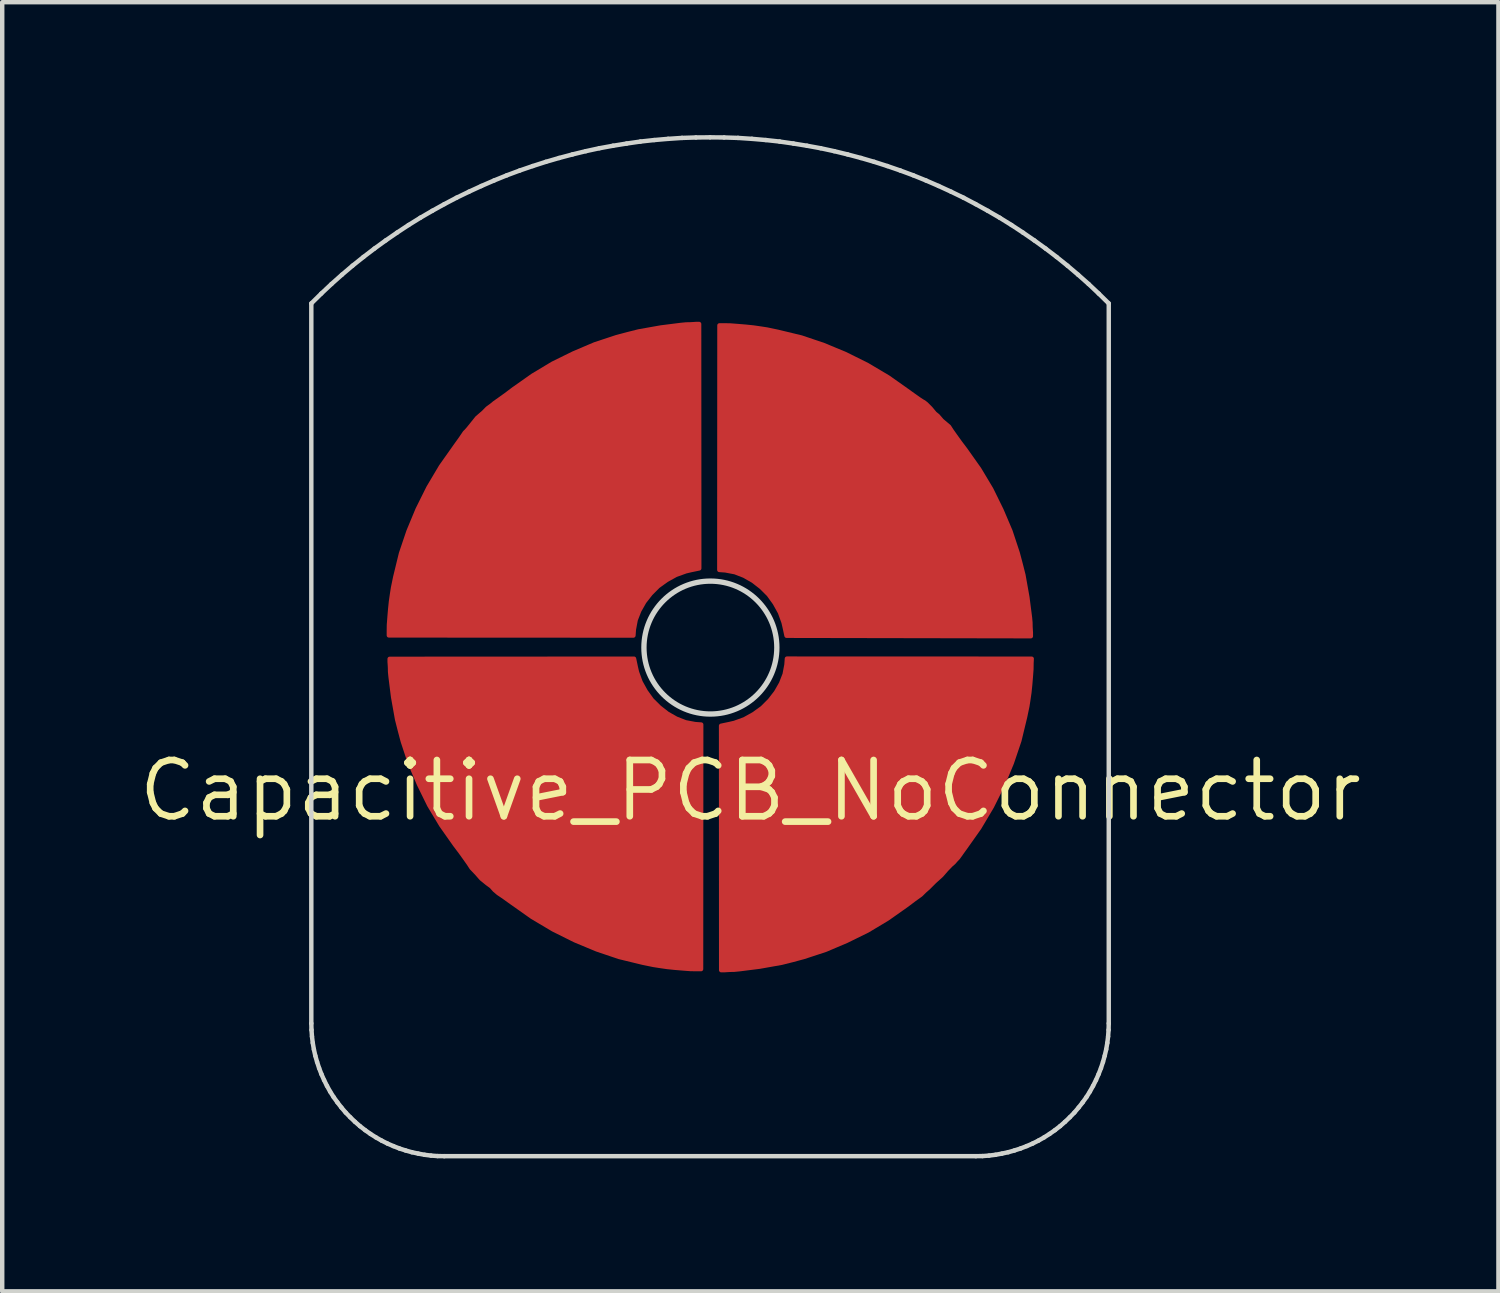
<source format=kicad_pcb>
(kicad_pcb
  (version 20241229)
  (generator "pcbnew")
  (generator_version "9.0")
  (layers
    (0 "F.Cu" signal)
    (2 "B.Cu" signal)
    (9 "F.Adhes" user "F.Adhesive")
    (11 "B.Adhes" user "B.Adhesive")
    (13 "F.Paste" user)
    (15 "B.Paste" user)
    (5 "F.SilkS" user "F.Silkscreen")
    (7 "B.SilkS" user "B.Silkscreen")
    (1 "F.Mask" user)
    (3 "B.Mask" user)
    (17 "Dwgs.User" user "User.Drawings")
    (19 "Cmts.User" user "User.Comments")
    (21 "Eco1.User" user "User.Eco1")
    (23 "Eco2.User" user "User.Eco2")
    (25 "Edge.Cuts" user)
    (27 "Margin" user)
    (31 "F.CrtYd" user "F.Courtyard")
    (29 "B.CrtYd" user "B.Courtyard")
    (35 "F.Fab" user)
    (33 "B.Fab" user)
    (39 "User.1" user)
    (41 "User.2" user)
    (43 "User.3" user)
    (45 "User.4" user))
  (footprint "Capacitive_PCB_NoConnector"
    (layer "F.Cu")
    (at 13.887 14.795)
    (property "Reference" "Capacitive_PCB_NoConnector" (at 0 0 0) (layer "F.SilkS") (effects (font (size 1.27 1.27) (thickness 0.15))))
    (attr through_hole)
    (fp_poly (pts (xy -2.626 -2.976) (xy -2.586 -2.785) (xy -2.56 -2.674) (xy -2.479 -2.45) (xy -2.362 -2.239) (xy -2.223 -2.046) (xy -2.055 -1.879) (xy -1.872 -1.736) (xy -1.671 -1.622) (xy -1.463 -1.541) (xy -1.247 -1.5) (xy -1.11 -1.49) (xy -1.113 4.029) (xy -1.214 4.029) (xy -1.351 4.027) (xy -1.521 4.014) (xy -1.702 3.999) (xy -1.877 3.981) (xy -2.05 3.956) (xy -2.184 3.935) (xy -2.428 3.885) (xy -2.962 3.755) (xy -3.465 3.585) (xy -3.96 3.379) (xy -4.45 3.135) (xy -4.925 2.853) (xy -5.385 2.528) (xy -5.441 2.488) (xy -5.537 2.419) (xy -5.621 2.361) (xy -5.69 2.315) (xy -5.773 2.244) (xy -5.845 2.163) (xy -5.939 2.094) (xy -6.073 1.985) (xy -6.175 1.868) (xy -6.236 1.804) (xy -6.294 1.743) (xy -6.355 1.649) (xy -6.439 1.53) (xy -6.543 1.385) (xy -6.675 1.21) (xy -6.678 1.205) (xy -6.977 0.781) (xy -7.247 0.331) (xy -7.478 -0.139) (xy -7.681 -0.616) (xy -7.844 -1.109) (xy -7.91 -1.358) (xy -7.973 -1.607) (xy -8.062 -2.107) (xy -8.12 -2.567) (xy -8.131 -2.679) (xy -8.133 -2.778) (xy -8.138 -2.862) (xy -8.141 -2.902) (xy -8.141 -2.973)) (stroke (width 0.1) (type solid)) (fill yes) (layer "F.Cu"))
    (fp_poly (pts (xy -1.154 -5.016) (xy -1.345 -4.976) (xy -1.456 -4.95) (xy -1.68 -4.869) (xy -1.891 -4.752) (xy -2.084 -4.613) (xy -2.251 -4.445) (xy -2.394 -4.262) (xy -2.508 -4.061) (xy -2.589 -3.853) (xy -2.63 -3.637) (xy -2.64 -3.5) (xy -8.159 -3.503) (xy -8.159 -3.604) (xy -8.157 -3.741) (xy -8.144 -3.911) (xy -8.129 -4.092) (xy -8.111 -4.267) (xy -8.086 -4.44) (xy -8.065 -4.574) (xy -8.015 -4.818) (xy -7.885 -5.352) (xy -7.715 -5.855) (xy -7.509 -6.35) (xy -7.265 -6.84) (xy -6.983 -7.315) (xy -6.658 -7.775) (xy -6.618 -7.831) (xy -6.549 -7.927) (xy -6.491 -8.011) (xy -6.445 -8.08) (xy -6.409 -8.115) (xy -6.364 -8.166) (xy -6.272 -8.28) (xy -6.168 -8.41) (xy -6.021 -8.537) (xy -5.934 -8.626) (xy -5.843 -8.692) (xy -5.779 -8.745) (xy -5.66 -8.829) (xy -5.515 -8.933) (xy -5.34 -9.065) (xy -5.335 -9.068) (xy -4.911 -9.367) (xy -4.461 -9.637) (xy -3.991 -9.868) (xy -3.514 -10.071) (xy -3.021 -10.234) (xy -2.772 -10.3) (xy -2.523 -10.363) (xy -2.023 -10.452) (xy -1.563 -10.51) (xy -1.451 -10.521) (xy -1.352 -10.523) (xy -1.268 -10.528) (xy -1.228 -10.531) (xy -1.157 -10.531)) (stroke (width 0.1) (type solid)) (fill yes) (layer "F.Cu"))
    (fp_poly (pts (xy -0.66 -1.462) (xy -0.47 -1.502) (xy -0.358 -1.528) (xy -0.134 -1.609) (xy 0.076 -1.726) (xy 0.27 -1.866) (xy 0.437 -2.033) (xy 0.579 -2.216) (xy 0.694 -2.417) (xy 0.775 -2.625) (xy 0.816 -2.841) (xy 0.826 -2.978) (xy 6.35 -2.976) (xy 6.345 -2.874) (xy 6.343 -2.737) (xy 6.33 -2.567) (xy 6.315 -2.386) (xy 6.297 -2.211) (xy 6.272 -2.038) (xy 6.251 -1.904) (xy 6.2 -1.66) (xy 6.071 -1.126) (xy 5.901 -0.623) (xy 5.695 -0.128) (xy 5.451 0.362) (xy 5.169 0.837) (xy 4.844 1.297) (xy 4.803 1.353) (xy 4.735 1.449) (xy 4.689 1.513) (xy 4.636 1.569) (xy 4.59 1.622) (xy 4.529 1.675) (xy 4.428 1.779) (xy 4.313 1.911) (xy 4.158 2.051) (xy 4.082 2.127) (xy 4.016 2.193) (xy 3.94 2.259) (xy 3.846 2.351) (xy 3.701 2.455) (xy 3.526 2.587) (xy 3.521 2.59) (xy 3.097 2.889) (xy 2.647 3.159) (xy 2.177 3.39) (xy 1.7 3.593) (xy 1.207 3.755) (xy 0.958 3.822) (xy 0.709 3.885) (xy 0.209 3.974) (xy -0.251 4.032) (xy -0.363 4.043) (xy -0.462 4.045) (xy -0.546 4.05) (xy -0.586 4.053) (xy -0.658 4.053)) (stroke (width 0.1) (type solid)) (fill yes) (layer "F.Cu"))
    (fp_poly (pts (xy 0.817 -3.495) (xy 0.776 -3.685) (xy 0.75 -3.797) (xy 0.669 -4.021) (xy 0.552 -4.232) (xy 0.413 -4.425) (xy 0.245 -4.592) (xy 0.062 -4.734) (xy -0.139 -4.849) (xy -0.347 -4.93) (xy -0.563 -4.971) (xy -0.7 -4.981) (xy -0.697 -10.5) (xy -0.596 -10.5) (xy -0.459 -10.498) (xy -0.288 -10.485) (xy -0.108 -10.47) (xy 0.067 -10.452) (xy 0.24 -10.427) (xy 0.375 -10.406) (xy 0.618 -10.355) (xy 1.152 -10.226) (xy 1.655 -10.056) (xy 2.15 -9.85) (xy 2.64 -9.606) (xy 3.115 -9.324) (xy 3.575 -8.999) (xy 3.631 -8.958) (xy 3.727 -8.89) (xy 3.811 -8.831) (xy 3.88 -8.786) (xy 3.918 -8.765) (xy 3.969 -8.725) (xy 4.068 -8.626) (xy 4.164 -8.511) (xy 4.23 -8.458) (xy 4.322 -8.351) (xy 4.484 -8.214) (xy 4.545 -8.12) (xy 4.629 -8.001) (xy 4.733 -7.856) (xy 4.865 -7.681) (xy 4.868 -7.676) (xy 5.168 -7.252) (xy 5.437 -6.802) (xy 5.668 -6.332) (xy 5.871 -5.855) (xy 6.034 -5.362) (xy 6.1 -5.113) (xy 6.163 -4.864) (xy 6.252 -4.364) (xy 6.311 -3.904) (xy 6.321 -3.792) (xy 6.323 -3.693) (xy 6.328 -3.609) (xy 6.331 -3.569) (xy 6.331 -3.485)) (stroke (width 0.1) (type solid)) (fill yes) (layer "F.Cu"))
    (fp_line (start -9.91 -10.996) (end -9.91 5.255) (stroke (width 0.1) (type solid)) (layer "Edge.Cuts"))
    (fp_line (start -9.91 5.255) (end -9.906 5.403) (stroke (width 0.1) (type solid)) (layer "Edge.Cuts"))
    (fp_line (start -9.906 5.403) (end -9.895 5.551) (stroke (width 0.1) (type solid)) (layer "Edge.Cuts"))
    (fp_line (start -9.895 5.551) (end -9.877 5.697) (stroke (width 0.1) (type solid)) (layer "Edge.Cuts"))
    (fp_line (start -9.877 5.697) (end -9.852 5.842) (stroke (width 0.1) (type solid)) (layer "Edge.Cuts"))
    (fp_line (start -9.852 5.842) (end -9.82 5.985) (stroke (width 0.1) (type solid)) (layer "Edge.Cuts"))
    (fp_line (start -9.82 5.985) (end -9.78 6.125) (stroke (width 0.1) (type solid)) (layer "Edge.Cuts"))
    (fp_line (start -9.78 6.125) (end -9.734 6.265) (stroke (width 0.1) (type solid)) (layer "Edge.Cuts"))
    (fp_line (start -9.734 6.265) (end -9.682 6.4) (stroke (width 0.1) (type solid)) (layer "Edge.Cuts"))
    (fp_line (start -9.685 -11.218) (end -9.91 -10.996) (stroke (width 0.1) (type solid)) (layer "Edge.Cuts"))
    (fp_line (start -9.682 6.4) (end -9.622 6.535) (stroke (width 0.1) (type solid)) (layer "Edge.Cuts"))
    (fp_line (start -9.622 6.535) (end -9.557 6.665) (stroke (width 0.1) (type solid)) (layer "Edge.Cuts"))
    (fp_line (start -9.557 6.665) (end -9.485 6.795) (stroke (width 0.1) (type solid)) (layer "Edge.Cuts"))
    (fp_line (start -9.485 6.795) (end -9.406 6.919) (stroke (width 0.1) (type solid)) (layer "Edge.Cuts"))
    (fp_line (start -9.454 -11.435) (end -9.685 -11.218) (stroke (width 0.1) (type solid)) (layer "Edge.Cuts"))
    (fp_line (start -9.406 6.919) (end -9.321 7.038) (stroke (width 0.1) (type solid)) (layer "Edge.Cuts"))
    (fp_line (start -9.321 7.038) (end -9.231 7.154) (stroke (width 0.1) (type solid)) (layer "Edge.Cuts"))
    (fp_line (start -9.231 7.154) (end -9.134 7.268) (stroke (width 0.1) (type solid)) (layer "Edge.Cuts"))
    (fp_line (start -9.219 -11.644) (end -9.454 -11.435) (stroke (width 0.1) (type solid)) (layer "Edge.Cuts"))
    (fp_line (start -9.134 7.268) (end -9.031 7.374) (stroke (width 0.1) (type solid)) (layer "Edge.Cuts"))
    (fp_line (start -9.031 7.374) (end -8.924 7.477) (stroke (width 0.1) (type solid)) (layer "Edge.Cuts"))
    (fp_line (start -8.979 -11.848) (end -9.219 -11.644) (stroke (width 0.1) (type solid)) (layer "Edge.Cuts"))
    (fp_line (start -8.924 7.477) (end -8.811 7.575) (stroke (width 0.1) (type solid)) (layer "Edge.Cuts"))
    (fp_line (start -8.811 7.575) (end -8.695 7.665) (stroke (width 0.1) (type solid)) (layer "Edge.Cuts"))
    (fp_line (start -8.734 -12.044) (end -8.979 -11.848) (stroke (width 0.1) (type solid)) (layer "Edge.Cuts"))
    (fp_line (start -8.695 7.665) (end -8.575 7.75) (stroke (width 0.1) (type solid)) (layer "Edge.Cuts"))
    (fp_line (start -8.575 7.75) (end -8.45 7.829) (stroke (width 0.1) (type solid)) (layer "Edge.Cuts"))
    (fp_line (start -8.485 -12.234) (end -8.734 -12.044) (stroke (width 0.1) (type solid)) (layer "Edge.Cuts"))
    (fp_line (start -8.45 7.829) (end -8.323 7.901) (stroke (width 0.1) (type solid)) (layer "Edge.Cuts"))
    (fp_line (start -8.323 7.901) (end -8.192 7.967) (stroke (width 0.1) (type solid)) (layer "Edge.Cuts"))
    (fp_line (start -8.232 -12.417) (end -8.485 -12.234) (stroke (width 0.1) (type solid)) (layer "Edge.Cuts"))
    (fp_line (start -8.192 7.967) (end -8.058 8.025) (stroke (width 0.1) (type solid)) (layer "Edge.Cuts"))
    (fp_line (start -8.058 8.025) (end -7.922 8.078) (stroke (width 0.1) (type solid)) (layer "Edge.Cuts"))
    (fp_line (start -7.975 -12.594) (end -8.232 -12.417) (stroke (width 0.1) (type solid)) (layer "Edge.Cuts"))
    (fp_line (start -7.922 8.078) (end -7.783 8.123) (stroke (width 0.1) (type solid)) (layer "Edge.Cuts"))
    (fp_line (start -7.783 8.123) (end -7.641 8.163) (stroke (width 0.1) (type solid)) (layer "Edge.Cuts"))
    (fp_line (start -7.714 -12.766) (end -7.975 -12.594) (stroke (width 0.1) (type solid)) (layer "Edge.Cuts"))
    (fp_line (start -7.641 8.163) (end -7.498 8.194) (stroke (width 0.1) (type solid)) (layer "Edge.Cuts"))
    (fp_line (start -7.498 8.194) (end -7.353 8.221) (stroke (width 0.1) (type solid)) (layer "Edge.Cuts"))
    (fp_line (start -7.449 -12.93) (end -7.714 -12.766) (stroke (width 0.1) (type solid)) (layer "Edge.Cuts"))
    (fp_line (start -7.353 8.221) (end -7.207 8.239) (stroke (width 0.1) (type solid)) (layer "Edge.Cuts"))
    (fp_line (start -7.207 8.239) (end -7.059 8.25) (stroke (width 0.1) (type solid)) (layer "Edge.Cuts"))
    (fp_line (start -7.18 -13.086) (end -7.449 -12.93) (stroke (width 0.1) (type solid)) (layer "Edge.Cuts"))
    (fp_line (start -7.059 8.25) (end -6.91 8.252) (stroke (width 0.1) (type solid)) (layer "Edge.Cuts"))
    (fp_line (start -6.91 8.252) (end 5.09 8.252) (stroke (width 0.1) (type solid)) (layer "Edge.Cuts"))
    (fp_line (start -6.908 -13.237) (end -7.18 -13.086) (stroke (width 0.1) (type solid)) (layer "Edge.Cuts"))
    (fp_line (start -6.632 -13.382) (end -6.908 -13.237) (stroke (width 0.1) (type solid)) (layer "Edge.Cuts"))
    (fp_line (start -6.353 -13.517) (end -6.632 -13.382) (stroke (width 0.1) (type solid)) (layer "Edge.Cuts"))
    (fp_line (start -6.071 -13.647) (end -6.353 -13.517) (stroke (width 0.1) (type solid)) (layer "Edge.Cuts"))
    (fp_line (start -5.785 -13.771) (end -6.071 -13.647) (stroke (width 0.1) (type solid)) (layer "Edge.Cuts"))
    (fp_line (start -5.497 -13.888) (end -5.785 -13.771) (stroke (width 0.1) (type solid)) (layer "Edge.Cuts"))
    (fp_line (start -5.206 -13.996) (end -5.497 -13.888) (stroke (width 0.1) (type solid)) (layer "Edge.Cuts"))
    (fp_line (start -4.912 -14.097) (end -5.206 -13.996) (stroke (width 0.1) (type solid)) (layer "Edge.Cuts"))
    (fp_line (start -4.616 -14.192) (end -4.912 -14.097) (stroke (width 0.1) (type solid)) (layer "Edge.Cuts"))
    (fp_line (start -4.317 -14.279) (end -4.616 -14.192) (stroke (width 0.1) (type solid)) (layer "Edge.Cuts"))
    (fp_line (start -4.016 -14.359) (end -4.317 -14.279) (stroke (width 0.1) (type solid)) (layer "Edge.Cuts"))
    (fp_line (start -3.713 -14.433) (end -4.016 -14.359) (stroke (width 0.1) (type solid)) (layer "Edge.Cuts"))
    (fp_line (start -3.408 -14.499) (end -3.713 -14.433) (stroke (width 0.1) (type solid)) (layer "Edge.Cuts"))
    (fp_line (start -3.101 -14.555) (end -3.408 -14.499) (stroke (width 0.1) (type solid)) (layer "Edge.Cuts"))
    (fp_line (start -2.792 -14.605) (end -3.101 -14.555) (stroke (width 0.1) (type solid)) (layer "Edge.Cuts"))
    (fp_line (start -2.482 -14.65) (end -2.792 -14.605) (stroke (width 0.1) (type solid)) (layer "Edge.Cuts"))
    (fp_line (start -2.17 -14.684) (end -2.482 -14.65) (stroke (width 0.1) (type solid)) (layer "Edge.Cuts"))
    (fp_line (start -1.856 -14.711) (end -2.17 -14.684) (stroke (width 0.1) (type solid)) (layer "Edge.Cuts"))
    (fp_line (start -1.542 -14.732) (end -1.856 -14.711) (stroke (width 0.1) (type solid)) (layer "Edge.Cuts"))
    (fp_line (start -1.227 -14.742) (end -1.542 -14.732) (stroke (width 0.1) (type solid)) (layer "Edge.Cuts"))
    (fp_line (start -0.91 -14.745) (end -1.227 -14.742) (stroke (width 0.1) (type solid)) (layer "Edge.Cuts"))
    (fp_line (start -0.594 -14.742) (end -0.91 -14.745) (stroke (width 0.1) (type solid)) (layer "Edge.Cuts"))
    (fp_line (start -0.278 -14.732) (end -0.594 -14.742) (stroke (width 0.1) (type solid)) (layer "Edge.Cuts"))
    (fp_line (start 0.036 -14.711) (end -0.278 -14.732) (stroke (width 0.1) (type solid)) (layer "Edge.Cuts"))
    (fp_line (start 0.349 -14.684) (end 0.036 -14.711) (stroke (width 0.1) (type solid)) (layer "Edge.Cuts"))
    (fp_line (start 0.661 -14.65) (end 0.349 -14.684) (stroke (width 0.1) (type solid)) (layer "Edge.Cuts"))
    (fp_line (start 0.972 -14.605) (end 0.661 -14.65) (stroke (width 0.1) (type solid)) (layer "Edge.Cuts"))
    (fp_line (start 1.28 -14.555) (end 0.972 -14.605) (stroke (width 0.1) (type solid)) (layer "Edge.Cuts"))
    (fp_line (start 1.587 -14.499) (end 1.28 -14.555) (stroke (width 0.1) (type solid)) (layer "Edge.Cuts"))
    (fp_line (start 1.892 -14.433) (end 1.587 -14.499) (stroke (width 0.1) (type solid)) (layer "Edge.Cuts"))
    (fp_line (start 2.196 -14.359) (end 1.892 -14.433) (stroke (width 0.1) (type solid)) (layer "Edge.Cuts"))
    (fp_line (start 2.497 -14.279) (end 2.196 -14.359) (stroke (width 0.1) (type solid)) (layer "Edge.Cuts"))
    (fp_line (start 2.795 -14.192) (end 2.497 -14.279) (stroke (width 0.1) (type solid)) (layer "Edge.Cuts"))
    (fp_line (start 3.092 -14.097) (end 2.795 -14.192) (stroke (width 0.1) (type solid)) (layer "Edge.Cuts"))
    (fp_line (start 3.385 -13.996) (end 3.092 -14.097) (stroke (width 0.1) (type solid)) (layer "Edge.Cuts"))
    (fp_line (start 3.677 -13.888) (end 3.385 -13.996) (stroke (width 0.1) (type solid)) (layer "Edge.Cuts"))
    (fp_line (start 3.965 -13.771) (end 3.677 -13.888) (stroke (width 0.1) (type solid)) (layer "Edge.Cuts"))
    (fp_line (start 4.25 -13.647) (end 3.965 -13.771) (stroke (width 0.1) (type solid)) (layer "Edge.Cuts"))
    (fp_line (start 4.533 -13.517) (end 4.25 -13.647) (stroke (width 0.1) (type solid)) (layer "Edge.Cuts"))
    (fp_line (start 4.812 -13.382) (end 4.533 -13.517) (stroke (width 0.1) (type solid)) (layer "Edge.Cuts"))
    (fp_line (start 5.087 -13.237) (end 4.812 -13.382) (stroke (width 0.1) (type solid)) (layer "Edge.Cuts"))
    (fp_line (start 5.09 8.252) (end 5.239 8.25) (stroke (width 0.1) (type solid)) (layer "Edge.Cuts"))
    (fp_line (start 5.239 8.25) (end 5.386 8.239) (stroke (width 0.1) (type solid)) (layer "Edge.Cuts"))
    (fp_line (start 5.36 -13.086) (end 5.087 -13.237) (stroke (width 0.1) (type solid)) (layer "Edge.Cuts"))
    (fp_line (start 5.386 8.239) (end 5.533 8.221) (stroke (width 0.1) (type solid)) (layer "Edge.Cuts"))
    (fp_line (start 5.533 8.221) (end 5.678 8.194) (stroke (width 0.1) (type solid)) (layer "Edge.Cuts"))
    (fp_line (start 5.629 -12.93) (end 5.36 -13.086) (stroke (width 0.1) (type solid)) (layer "Edge.Cuts"))
    (fp_line (start 5.678 8.194) (end 5.821 8.163) (stroke (width 0.1) (type solid)) (layer "Edge.Cuts"))
    (fp_line (start 5.821 8.163) (end 5.962 8.123) (stroke (width 0.1) (type solid)) (layer "Edge.Cuts"))
    (fp_line (start 5.894 -12.766) (end 5.629 -12.93) (stroke (width 0.1) (type solid)) (layer "Edge.Cuts"))
    (fp_line (start 5.962 8.123) (end 6.101 8.078) (stroke (width 0.1) (type solid)) (layer "Edge.Cuts"))
    (fp_line (start 6.101 8.078) (end 6.238 8.025) (stroke (width 0.1) (type solid)) (layer "Edge.Cuts"))
    (fp_line (start 6.155 -12.594) (end 5.894 -12.766) (stroke (width 0.1) (type solid)) (layer "Edge.Cuts"))
    (fp_line (start 6.238 8.025) (end 6.372 7.967) (stroke (width 0.1) (type solid)) (layer "Edge.Cuts"))
    (fp_line (start 6.372 7.967) (end 6.503 7.901) (stroke (width 0.1) (type solid)) (layer "Edge.Cuts"))
    (fp_line (start 6.412 -12.417) (end 6.155 -12.594) (stroke (width 0.1) (type solid)) (layer "Edge.Cuts"))
    (fp_line (start 6.503 7.901) (end 6.63 7.829) (stroke (width 0.1) (type solid)) (layer "Edge.Cuts"))
    (fp_line (start 6.63 7.829) (end 6.754 7.75) (stroke (width 0.1) (type solid)) (layer "Edge.Cuts"))
    (fp_line (start 6.665 -12.234) (end 6.412 -12.417) (stroke (width 0.1) (type solid)) (layer "Edge.Cuts"))
    (fp_line (start 6.754 7.75) (end 6.875 7.665) (stroke (width 0.1) (type solid)) (layer "Edge.Cuts"))
    (fp_line (start 6.875 7.665) (end 6.991 7.575) (stroke (width 0.1) (type solid)) (layer "Edge.Cuts"))
    (fp_line (start 6.914 -12.044) (end 6.665 -12.234) (stroke (width 0.1) (type solid)) (layer "Edge.Cuts"))
    (fp_line (start 6.991 7.575) (end 7.103 7.477) (stroke (width 0.1) (type solid)) (layer "Edge.Cuts"))
    (fp_line (start 7.103 7.477) (end 7.211 7.374) (stroke (width 0.1) (type solid)) (layer "Edge.Cuts"))
    (fp_line (start 7.158 -11.848) (end 6.914 -12.044) (stroke (width 0.1) (type solid)) (layer "Edge.Cuts"))
    (fp_line (start 7.211 7.374) (end 7.314 7.268) (stroke (width 0.1) (type solid)) (layer "Edge.Cuts"))
    (fp_line (start 7.314 7.268) (end 7.41 7.154) (stroke (width 0.1) (type solid)) (layer "Edge.Cuts"))
    (fp_line (start 7.398 -11.644) (end 7.158 -11.848) (stroke (width 0.1) (type solid)) (layer "Edge.Cuts"))
    (fp_line (start 7.41 7.154) (end 7.501 7.038) (stroke (width 0.1) (type solid)) (layer "Edge.Cuts"))
    (fp_line (start 7.501 7.038) (end 7.586 6.919) (stroke (width 0.1) (type solid)) (layer "Edge.Cuts"))
    (fp_line (start 7.586 6.919) (end 7.664 6.795) (stroke (width 0.1) (type solid)) (layer "Edge.Cuts"))
    (fp_line (start 7.634 -11.435) (end 7.398 -11.644) (stroke (width 0.1) (type solid)) (layer "Edge.Cuts"))
    (fp_line (start 7.664 6.795) (end 7.736 6.665) (stroke (width 0.1) (type solid)) (layer "Edge.Cuts"))
    (fp_line (start 7.736 6.665) (end 7.802 6.535) (stroke (width 0.1) (type solid)) (layer "Edge.Cuts"))
    (fp_line (start 7.802 6.535) (end 7.861 6.4) (stroke (width 0.1) (type solid)) (layer "Edge.Cuts"))
    (fp_line (start 7.861 6.4) (end 7.914 6.265) (stroke (width 0.1) (type solid)) (layer "Edge.Cuts"))
    (fp_line (start 7.864 -11.218) (end 7.634 -11.435) (stroke (width 0.1) (type solid)) (layer "Edge.Cuts"))
    (fp_line (start 7.914 6.265) (end 7.96 6.125) (stroke (width 0.1) (type solid)) (layer "Edge.Cuts"))
    (fp_line (start 7.96 6.125) (end 7.999 5.985) (stroke (width 0.1) (type solid)) (layer "Edge.Cuts"))
    (fp_line (start 7.999 5.985) (end 8.032 5.842) (stroke (width 0.1) (type solid)) (layer "Edge.Cuts"))
    (fp_line (start 8.032 5.842) (end 8.057 5.697) (stroke (width 0.1) (type solid)) (layer "Edge.Cuts"))
    (fp_line (start 8.057 5.697) (end 8.075 5.551) (stroke (width 0.1) (type solid)) (layer "Edge.Cuts"))
    (fp_line (start 8.075 5.551) (end 8.086 5.403) (stroke (width 0.1) (type solid)) (layer "Edge.Cuts"))
    (fp_line (start 8.086 5.403) (end 8.09 5.255) (stroke (width 0.1) (type solid)) (layer "Edge.Cuts"))
    (fp_line (start 8.09 -10.996) (end 7.864 -11.218) (stroke (width 0.1) (type solid)) (layer "Edge.Cuts"))
    (fp_line (start 8.09 5.255) (end 8.09 -10.996) (stroke (width 0.1) (type solid)) (layer "Edge.Cuts"))
    (fp_circle (center -0.902 -3.228) (end 0.598 -3.228) (stroke (width 0.12) (type solid)) (fill no) (layer "Edge.Cuts"))
    (pad "1" smd circle (at -3.157 -4.585) (size 1.524 1.524) (layers "F.Cu"))
    (pad "2" smd circle (at -3.023 -1.046) (size 1.524 1.524) (layers "F.Cu"))
    (pad "3" smd circle (at 1.267 -0.752) (size 1.524 1.524) (layers "F.Cu"))
    (pad "4" smd circle (at 1.222 -4.948) (size 1.524 1.524) (layers "F.Cu")))
  (gr_rect
    (start -3 -3)
    (end 30.773 26.098)
    (stroke (width 0.1) (type default))
    (fill no)
    (layer "Edge.Cuts")))
</source>
